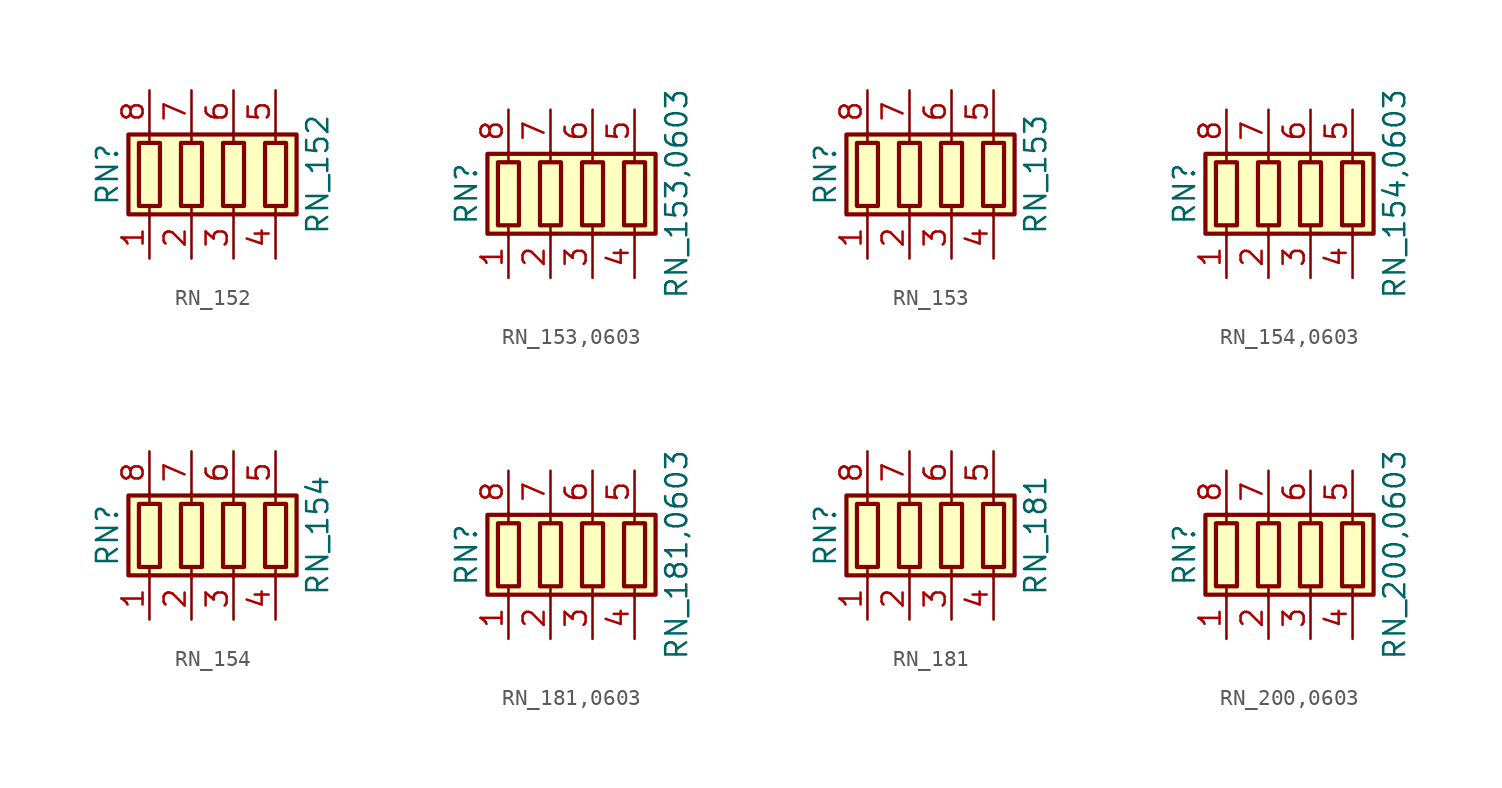
<source format=kicad_sym>
(kicad_symbol_lib
  (version 20211014)
  (generator kicad_symbol_editor)
  (symbol "RN_152"
    (pin_names
      (offset 0) hide)
    (property "Reference" "RN"
      (at -7.62 0 90)
      (effects (font (size 1.27 1.27))))
    (property "Value" "RN_152"
      (at 5.08 0 90)
      (effects (font (size 1.27 1.27))))
    (symbol "RN_152_0_1"
      (rectangle (start -6.35 -2.413) (end 3.81 2.413) (stroke (width 0.254) (type default) (color 0 0 0 0)) (fill (type background)))
      (rectangle (start -5.715 1.905) (end -4.445 -1.905) (stroke (width 0.254) (type default) (color 0 0 0 0)) (fill (type none)))
      (rectangle (start -3.175 1.905) (end -1.905 -1.905) (stroke (width 0.254) (type default) (color 0 0 0 0)) (fill (type none)))
      (rectangle (start -0.635 1.905) (end 0.635 -1.905) (stroke (width 0.254) (type default) (color 0 0 0 0)) (fill (type none)))
      (polyline (pts (xy -5.08 -2.54) (xy -5.08 -1.905)) (stroke (width 0) (type default) (color 0 0 0 0)) (fill (type none)))
      (polyline (pts (xy -5.08 1.905) (xy -5.08 2.54)) (stroke (width 0) (type default) (color 0 0 0 0)) (fill (type none)))
      (polyline (pts (xy -2.54 -2.54) (xy -2.54 -1.905)) (stroke (width 0) (type default) (color 0 0 0 0)) (fill (type none)))
      (polyline (pts (xy -2.54 1.905) (xy -2.54 2.54)) (stroke (width 0) (type default) (color 0 0 0 0)) (fill (type none)))
      (polyline (pts (xy 0 -2.54) (xy 0 -1.905)) (stroke (width 0) (type default) (color 0 0 0 0)) (fill (type none)))
      (polyline (pts (xy 0 1.905) (xy 0 2.54)) (stroke (width 0) (type default) (color 0 0 0 0)) (fill (type none)))
      (polyline (pts (xy 2.54 -2.54) (xy 2.54 -1.905)) (stroke (width 0) (type default) (color 0 0 0 0)) (fill (type none)))
      (polyline (pts (xy 2.54 1.905) (xy 2.54 2.54)) (stroke (width 0) (type default) (color 0 0 0 0)) (fill (type none)))
      (rectangle (start 1.905 1.905) (end 3.175 -1.905) (stroke (width 0.254) (type default) (color 0 0 0 0)) (fill (type none))))
    (symbol "RN_152_1_1"
      (pin passive line (at -5.08 -5.08 90) (length 2.54) (name "R1.1" (effects (font (size 1.27 1.27)))) (number "1" (effects (font (size 1.27 1.27)))))
      (pin passive line (at -2.54 -5.08 90) (length 2.54) (name "R2.1" (effects (font (size 1.27 1.27)))) (number "2" (effects (font (size 1.27 1.27)))))
      (pin passive line (at 0 -5.08 90) (length 2.54) (name "R3.1" (effects (font (size 1.27 1.27)))) (number "3" (effects (font (size 1.27 1.27)))))
      (pin passive line (at 2.54 -5.08 90) (length 2.54) (name "R4.1" (effects (font (size 1.27 1.27)))) (number "4" (effects (font (size 1.27 1.27)))))
      (pin passive line (at 2.54 5.08 270) (length 2.54) (name "R4.2" (effects (font (size 1.27 1.27)))) (number "5" (effects (font (size 1.27 1.27)))))
      (pin passive line (at 0 5.08 270) (length 2.54) (name "R3.2" (effects (font (size 1.27 1.27)))) (number "6" (effects (font (size 1.27 1.27)))))
      (pin passive line (at -2.54 5.08 270) (length 2.54) (name "R2.2" (effects (font (size 1.27 1.27)))) (number "7" (effects (font (size 1.27 1.27)))))
      (pin passive line (at -5.08 5.08 270) (length 2.54) (name "R1.2" (effects (font (size 1.27 1.27)))) (number "8" (effects (font (size 1.27 1.27)))))))
  (symbol "RN_153,0603"
    (pin_names
      (offset 0) hide)
    (property "Reference" "RN"
      (at -7.62 0 90)
      (effects (font (size 1.27 1.27))))
    (property "Value" "RN_153,0603"
      (at 5.08 0 90)
      (effects (font (size 1.27 1.27))))
    (symbol "RN_153,0603_0_1"
      (rectangle (start -6.35 -2.413) (end 3.81 2.413) (stroke (width 0.254) (type default) (color 0 0 0 0)) (fill (type background)))
      (rectangle (start -5.715 1.905) (end -4.445 -1.905) (stroke (width 0.254) (type default) (color 0 0 0 0)) (fill (type none)))
      (rectangle (start -3.175 1.905) (end -1.905 -1.905) (stroke (width 0.254) (type default) (color 0 0 0 0)) (fill (type none)))
      (rectangle (start -0.635 1.905) (end 0.635 -1.905) (stroke (width 0.254) (type default) (color 0 0 0 0)) (fill (type none)))
      (polyline (pts (xy -5.08 -2.54) (xy -5.08 -1.905)) (stroke (width 0) (type default) (color 0 0 0 0)) (fill (type none)))
      (polyline (pts (xy -5.08 1.905) (xy -5.08 2.54)) (stroke (width 0) (type default) (color 0 0 0 0)) (fill (type none)))
      (polyline (pts (xy -2.54 -2.54) (xy -2.54 -1.905)) (stroke (width 0) (type default) (color 0 0 0 0)) (fill (type none)))
      (polyline (pts (xy -2.54 1.905) (xy -2.54 2.54)) (stroke (width 0) (type default) (color 0 0 0 0)) (fill (type none)))
      (polyline (pts (xy 0 -2.54) (xy 0 -1.905)) (stroke (width 0) (type default) (color 0 0 0 0)) (fill (type none)))
      (polyline (pts (xy 0 1.905) (xy 0 2.54)) (stroke (width 0) (type default) (color 0 0 0 0)) (fill (type none)))
      (polyline (pts (xy 2.54 -2.54) (xy 2.54 -1.905)) (stroke (width 0) (type default) (color 0 0 0 0)) (fill (type none)))
      (polyline (pts (xy 2.54 1.905) (xy 2.54 2.54)) (stroke (width 0) (type default) (color 0 0 0 0)) (fill (type none)))
      (rectangle (start 1.905 1.905) (end 3.175 -1.905) (stroke (width 0.254) (type default) (color 0 0 0 0)) (fill (type none))))
    (symbol "RN_153,0603_1_1"
      (pin passive line (at -5.08 -5.08 90) (length 2.54) (name "R1.1" (effects (font (size 1.27 1.27)))) (number "1" (effects (font (size 1.27 1.27)))))
      (pin passive line (at -2.54 -5.08 90) (length 2.54) (name "R2.1" (effects (font (size 1.27 1.27)))) (number "2" (effects (font (size 1.27 1.27)))))
      (pin passive line (at 0 -5.08 90) (length 2.54) (name "R3.1" (effects (font (size 1.27 1.27)))) (number "3" (effects (font (size 1.27 1.27)))))
      (pin passive line (at 2.54 -5.08 90) (length 2.54) (name "R4.1" (effects (font (size 1.27 1.27)))) (number "4" (effects (font (size 1.27 1.27)))))
      (pin passive line (at 2.54 5.08 270) (length 2.54) (name "R4.2" (effects (font (size 1.27 1.27)))) (number "5" (effects (font (size 1.27 1.27)))))
      (pin passive line (at 0 5.08 270) (length 2.54) (name "R3.2" (effects (font (size 1.27 1.27)))) (number "6" (effects (font (size 1.27 1.27)))))
      (pin passive line (at -2.54 5.08 270) (length 2.54) (name "R2.2" (effects (font (size 1.27 1.27)))) (number "7" (effects (font (size 1.27 1.27)))))
      (pin passive line (at -5.08 5.08 270) (length 2.54) (name "R1.2" (effects (font (size 1.27 1.27)))) (number "8" (effects (font (size 1.27 1.27)))))))
  (symbol "RN_153"
    (pin_names
      (offset 0) hide)
    (property "Reference" "RN"
      (at -7.62 0 90)
      (effects (font (size 1.27 1.27))))
    (property "Value" "RN_153"
      (at 5.08 0 90)
      (effects (font (size 1.27 1.27))))
    (symbol "RN_153_0_1"
      (rectangle (start -6.35 -2.413) (end 3.81 2.413) (stroke (width 0.254) (type default) (color 0 0 0 0)) (fill (type background)))
      (rectangle (start -5.715 1.905) (end -4.445 -1.905) (stroke (width 0.254) (type default) (color 0 0 0 0)) (fill (type none)))
      (rectangle (start -3.175 1.905) (end -1.905 -1.905) (stroke (width 0.254) (type default) (color 0 0 0 0)) (fill (type none)))
      (rectangle (start -0.635 1.905) (end 0.635 -1.905) (stroke (width 0.254) (type default) (color 0 0 0 0)) (fill (type none)))
      (polyline (pts (xy -5.08 -2.54) (xy -5.08 -1.905)) (stroke (width 0) (type default) (color 0 0 0 0)) (fill (type none)))
      (polyline (pts (xy -5.08 1.905) (xy -5.08 2.54)) (stroke (width 0) (type default) (color 0 0 0 0)) (fill (type none)))
      (polyline (pts (xy -2.54 -2.54) (xy -2.54 -1.905)) (stroke (width 0) (type default) (color 0 0 0 0)) (fill (type none)))
      (polyline (pts (xy -2.54 1.905) (xy -2.54 2.54)) (stroke (width 0) (type default) (color 0 0 0 0)) (fill (type none)))
      (polyline (pts (xy 0 -2.54) (xy 0 -1.905)) (stroke (width 0) (type default) (color 0 0 0 0)) (fill (type none)))
      (polyline (pts (xy 0 1.905) (xy 0 2.54)) (stroke (width 0) (type default) (color 0 0 0 0)) (fill (type none)))
      (polyline (pts (xy 2.54 -2.54) (xy 2.54 -1.905)) (stroke (width 0) (type default) (color 0 0 0 0)) (fill (type none)))
      (polyline (pts (xy 2.54 1.905) (xy 2.54 2.54)) (stroke (width 0) (type default) (color 0 0 0 0)) (fill (type none)))
      (rectangle (start 1.905 1.905) (end 3.175 -1.905) (stroke (width 0.254) (type default) (color 0 0 0 0)) (fill (type none))))
    (symbol "RN_153_1_1"
      (pin passive line (at -5.08 -5.08 90) (length 2.54) (name "R1.1" (effects (font (size 1.27 1.27)))) (number "1" (effects (font (size 1.27 1.27)))))
      (pin passive line (at -2.54 -5.08 90) (length 2.54) (name "R2.1" (effects (font (size 1.27 1.27)))) (number "2" (effects (font (size 1.27 1.27)))))
      (pin passive line (at 0 -5.08 90) (length 2.54) (name "R3.1" (effects (font (size 1.27 1.27)))) (number "3" (effects (font (size 1.27 1.27)))))
      (pin passive line (at 2.54 -5.08 90) (length 2.54) (name "R4.1" (effects (font (size 1.27 1.27)))) (number "4" (effects (font (size 1.27 1.27)))))
      (pin passive line (at 2.54 5.08 270) (length 2.54) (name "R4.2" (effects (font (size 1.27 1.27)))) (number "5" (effects (font (size 1.27 1.27)))))
      (pin passive line (at 0 5.08 270) (length 2.54) (name "R3.2" (effects (font (size 1.27 1.27)))) (number "6" (effects (font (size 1.27 1.27)))))
      (pin passive line (at -2.54 5.08 270) (length 2.54) (name "R2.2" (effects (font (size 1.27 1.27)))) (number "7" (effects (font (size 1.27 1.27)))))
      (pin passive line (at -5.08 5.08 270) (length 2.54) (name "R1.2" (effects (font (size 1.27 1.27)))) (number "8" (effects (font (size 1.27 1.27)))))))
  (symbol "RN_154,0603"
    (pin_names
      (offset 0) hide)
    (property "Reference" "RN"
      (at -7.62 0 90)
      (effects (font (size 1.27 1.27))))
    (property "Value" "RN_154,0603"
      (at 5.08 0 90)
      (effects (font (size 1.27 1.27))))
    (symbol "RN_154,0603_0_1"
      (rectangle (start -6.35 -2.413) (end 3.81 2.413) (stroke (width 0.254) (type default) (color 0 0 0 0)) (fill (type background)))
      (rectangle (start -5.715 1.905) (end -4.445 -1.905) (stroke (width 0.254) (type default) (color 0 0 0 0)) (fill (type none)))
      (rectangle (start -3.175 1.905) (end -1.905 -1.905) (stroke (width 0.254) (type default) (color 0 0 0 0)) (fill (type none)))
      (rectangle (start -0.635 1.905) (end 0.635 -1.905) (stroke (width 0.254) (type default) (color 0 0 0 0)) (fill (type none)))
      (polyline (pts (xy -5.08 -2.54) (xy -5.08 -1.905)) (stroke (width 0) (type default) (color 0 0 0 0)) (fill (type none)))
      (polyline (pts (xy -5.08 1.905) (xy -5.08 2.54)) (stroke (width 0) (type default) (color 0 0 0 0)) (fill (type none)))
      (polyline (pts (xy -2.54 -2.54) (xy -2.54 -1.905)) (stroke (width 0) (type default) (color 0 0 0 0)) (fill (type none)))
      (polyline (pts (xy -2.54 1.905) (xy -2.54 2.54)) (stroke (width 0) (type default) (color 0 0 0 0)) (fill (type none)))
      (polyline (pts (xy 0 -2.54) (xy 0 -1.905)) (stroke (width 0) (type default) (color 0 0 0 0)) (fill (type none)))
      (polyline (pts (xy 0 1.905) (xy 0 2.54)) (stroke (width 0) (type default) (color 0 0 0 0)) (fill (type none)))
      (polyline (pts (xy 2.54 -2.54) (xy 2.54 -1.905)) (stroke (width 0) (type default) (color 0 0 0 0)) (fill (type none)))
      (polyline (pts (xy 2.54 1.905) (xy 2.54 2.54)) (stroke (width 0) (type default) (color 0 0 0 0)) (fill (type none)))
      (rectangle (start 1.905 1.905) (end 3.175 -1.905) (stroke (width 0.254) (type default) (color 0 0 0 0)) (fill (type none))))
    (symbol "RN_154,0603_1_1"
      (pin passive line (at -5.08 -5.08 90) (length 2.54) (name "R1.1" (effects (font (size 1.27 1.27)))) (number "1" (effects (font (size 1.27 1.27)))))
      (pin passive line (at -2.54 -5.08 90) (length 2.54) (name "R2.1" (effects (font (size 1.27 1.27)))) (number "2" (effects (font (size 1.27 1.27)))))
      (pin passive line (at 0 -5.08 90) (length 2.54) (name "R3.1" (effects (font (size 1.27 1.27)))) (number "3" (effects (font (size 1.27 1.27)))))
      (pin passive line (at 2.54 -5.08 90) (length 2.54) (name "R4.1" (effects (font (size 1.27 1.27)))) (number "4" (effects (font (size 1.27 1.27)))))
      (pin passive line (at 2.54 5.08 270) (length 2.54) (name "R4.2" (effects (font (size 1.27 1.27)))) (number "5" (effects (font (size 1.27 1.27)))))
      (pin passive line (at 0 5.08 270) (length 2.54) (name "R3.2" (effects (font (size 1.27 1.27)))) (number "6" (effects (font (size 1.27 1.27)))))
      (pin passive line (at -2.54 5.08 270) (length 2.54) (name "R2.2" (effects (font (size 1.27 1.27)))) (number "7" (effects (font (size 1.27 1.27)))))
      (pin passive line (at -5.08 5.08 270) (length 2.54) (name "R1.2" (effects (font (size 1.27 1.27)))) (number "8" (effects (font (size 1.27 1.27)))))))
  (symbol "RN_154"
    (pin_names
      (offset 0) hide)
    (property "Reference" "RN"
      (at -7.62 0 90)
      (effects (font (size 1.27 1.27))))
    (property "Value" "RN_154"
      (at 5.08 0 90)
      (effects (font (size 1.27 1.27))))
    (symbol "RN_154_0_1"
      (rectangle (start -6.35 -2.413) (end 3.81 2.413) (stroke (width 0.254) (type default) (color 0 0 0 0)) (fill (type background)))
      (rectangle (start -5.715 1.905) (end -4.445 -1.905) (stroke (width 0.254) (type default) (color 0 0 0 0)) (fill (type none)))
      (rectangle (start -3.175 1.905) (end -1.905 -1.905) (stroke (width 0.254) (type default) (color 0 0 0 0)) (fill (type none)))
      (rectangle (start -0.635 1.905) (end 0.635 -1.905) (stroke (width 0.254) (type default) (color 0 0 0 0)) (fill (type none)))
      (polyline (pts (xy -5.08 -2.54) (xy -5.08 -1.905)) (stroke (width 0) (type default) (color 0 0 0 0)) (fill (type none)))
      (polyline (pts (xy -5.08 1.905) (xy -5.08 2.54)) (stroke (width 0) (type default) (color 0 0 0 0)) (fill (type none)))
      (polyline (pts (xy -2.54 -2.54) (xy -2.54 -1.905)) (stroke (width 0) (type default) (color 0 0 0 0)) (fill (type none)))
      (polyline (pts (xy -2.54 1.905) (xy -2.54 2.54)) (stroke (width 0) (type default) (color 0 0 0 0)) (fill (type none)))
      (polyline (pts (xy 0 -2.54) (xy 0 -1.905)) (stroke (width 0) (type default) (color 0 0 0 0)) (fill (type none)))
      (polyline (pts (xy 0 1.905) (xy 0 2.54)) (stroke (width 0) (type default) (color 0 0 0 0)) (fill (type none)))
      (polyline (pts (xy 2.54 -2.54) (xy 2.54 -1.905)) (stroke (width 0) (type default) (color 0 0 0 0)) (fill (type none)))
      (polyline (pts (xy 2.54 1.905) (xy 2.54 2.54)) (stroke (width 0) (type default) (color 0 0 0 0)) (fill (type none)))
      (rectangle (start 1.905 1.905) (end 3.175 -1.905) (stroke (width 0.254) (type default) (color 0 0 0 0)) (fill (type none))))
    (symbol "RN_154_1_1"
      (pin passive line (at -5.08 -5.08 90) (length 2.54) (name "R1.1" (effects (font (size 1.27 1.27)))) (number "1" (effects (font (size 1.27 1.27)))))
      (pin passive line (at -2.54 -5.08 90) (length 2.54) (name "R2.1" (effects (font (size 1.27 1.27)))) (number "2" (effects (font (size 1.27 1.27)))))
      (pin passive line (at 0 -5.08 90) (length 2.54) (name "R3.1" (effects (font (size 1.27 1.27)))) (number "3" (effects (font (size 1.27 1.27)))))
      (pin passive line (at 2.54 -5.08 90) (length 2.54) (name "R4.1" (effects (font (size 1.27 1.27)))) (number "4" (effects (font (size 1.27 1.27)))))
      (pin passive line (at 2.54 5.08 270) (length 2.54) (name "R4.2" (effects (font (size 1.27 1.27)))) (number "5" (effects (font (size 1.27 1.27)))))
      (pin passive line (at 0 5.08 270) (length 2.54) (name "R3.2" (effects (font (size 1.27 1.27)))) (number "6" (effects (font (size 1.27 1.27)))))
      (pin passive line (at -2.54 5.08 270) (length 2.54) (name "R2.2" (effects (font (size 1.27 1.27)))) (number "7" (effects (font (size 1.27 1.27)))))
      (pin passive line (at -5.08 5.08 270) (length 2.54) (name "R1.2" (effects (font (size 1.27 1.27)))) (number "8" (effects (font (size 1.27 1.27)))))))
  (symbol "RN_181,0603"
    (pin_names
      (offset 0) hide)
    (property "Reference" "RN"
      (at -7.62 0 90)
      (effects (font (size 1.27 1.27))))
    (property "Value" "RN_181,0603"
      (at 5.08 0 90)
      (effects (font (size 1.27 1.27))))
    (symbol "RN_181,0603_0_1"
      (rectangle (start -6.35 -2.413) (end 3.81 2.413) (stroke (width 0.254) (type default) (color 0 0 0 0)) (fill (type background)))
      (rectangle (start -5.715 1.905) (end -4.445 -1.905) (stroke (width 0.254) (type default) (color 0 0 0 0)) (fill (type none)))
      (rectangle (start -3.175 1.905) (end -1.905 -1.905) (stroke (width 0.254) (type default) (color 0 0 0 0)) (fill (type none)))
      (rectangle (start -0.635 1.905) (end 0.635 -1.905) (stroke (width 0.254) (type default) (color 0 0 0 0)) (fill (type none)))
      (polyline (pts (xy -5.08 -2.54) (xy -5.08 -1.905)) (stroke (width 0) (type default) (color 0 0 0 0)) (fill (type none)))
      (polyline (pts (xy -5.08 1.905) (xy -5.08 2.54)) (stroke (width 0) (type default) (color 0 0 0 0)) (fill (type none)))
      (polyline (pts (xy -2.54 -2.54) (xy -2.54 -1.905)) (stroke (width 0) (type default) (color 0 0 0 0)) (fill (type none)))
      (polyline (pts (xy -2.54 1.905) (xy -2.54 2.54)) (stroke (width 0) (type default) (color 0 0 0 0)) (fill (type none)))
      (polyline (pts (xy 0 -2.54) (xy 0 -1.905)) (stroke (width 0) (type default) (color 0 0 0 0)) (fill (type none)))
      (polyline (pts (xy 0 1.905) (xy 0 2.54)) (stroke (width 0) (type default) (color 0 0 0 0)) (fill (type none)))
      (polyline (pts (xy 2.54 -2.54) (xy 2.54 -1.905)) (stroke (width 0) (type default) (color 0 0 0 0)) (fill (type none)))
      (polyline (pts (xy 2.54 1.905) (xy 2.54 2.54)) (stroke (width 0) (type default) (color 0 0 0 0)) (fill (type none)))
      (rectangle (start 1.905 1.905) (end 3.175 -1.905) (stroke (width 0.254) (type default) (color 0 0 0 0)) (fill (type none))))
    (symbol "RN_181,0603_1_1"
      (pin passive line (at -5.08 -5.08 90) (length 2.54) (name "R1.1" (effects (font (size 1.27 1.27)))) (number "1" (effects (font (size 1.27 1.27)))))
      (pin passive line (at -2.54 -5.08 90) (length 2.54) (name "R2.1" (effects (font (size 1.27 1.27)))) (number "2" (effects (font (size 1.27 1.27)))))
      (pin passive line (at 0 -5.08 90) (length 2.54) (name "R3.1" (effects (font (size 1.27 1.27)))) (number "3" (effects (font (size 1.27 1.27)))))
      (pin passive line (at 2.54 -5.08 90) (length 2.54) (name "R4.1" (effects (font (size 1.27 1.27)))) (number "4" (effects (font (size 1.27 1.27)))))
      (pin passive line (at 2.54 5.08 270) (length 2.54) (name "R4.2" (effects (font (size 1.27 1.27)))) (number "5" (effects (font (size 1.27 1.27)))))
      (pin passive line (at 0 5.08 270) (length 2.54) (name "R3.2" (effects (font (size 1.27 1.27)))) (number "6" (effects (font (size 1.27 1.27)))))
      (pin passive line (at -2.54 5.08 270) (length 2.54) (name "R2.2" (effects (font (size 1.27 1.27)))) (number "7" (effects (font (size 1.27 1.27)))))
      (pin passive line (at -5.08 5.08 270) (length 2.54) (name "R1.2" (effects (font (size 1.27 1.27)))) (number "8" (effects (font (size 1.27 1.27)))))))
  (symbol "RN_181"
    (pin_names
      (offset 0) hide)
    (property "Reference" "RN"
      (at -7.62 0 90)
      (effects (font (size 1.27 1.27))))
    (property "Value" "RN_181"
      (at 5.08 0 90)
      (effects (font (size 1.27 1.27))))
    (symbol "RN_181_0_1"
      (rectangle (start -6.35 -2.413) (end 3.81 2.413) (stroke (width 0.254) (type default) (color 0 0 0 0)) (fill (type background)))
      (rectangle (start -5.715 1.905) (end -4.445 -1.905) (stroke (width 0.254) (type default) (color 0 0 0 0)) (fill (type none)))
      (rectangle (start -3.175 1.905) (end -1.905 -1.905) (stroke (width 0.254) (type default) (color 0 0 0 0)) (fill (type none)))
      (rectangle (start -0.635 1.905) (end 0.635 -1.905) (stroke (width 0.254) (type default) (color 0 0 0 0)) (fill (type none)))
      (polyline (pts (xy -5.08 -2.54) (xy -5.08 -1.905)) (stroke (width 0) (type default) (color 0 0 0 0)) (fill (type none)))
      (polyline (pts (xy -5.08 1.905) (xy -5.08 2.54)) (stroke (width 0) (type default) (color 0 0 0 0)) (fill (type none)))
      (polyline (pts (xy -2.54 -2.54) (xy -2.54 -1.905)) (stroke (width 0) (type default) (color 0 0 0 0)) (fill (type none)))
      (polyline (pts (xy -2.54 1.905) (xy -2.54 2.54)) (stroke (width 0) (type default) (color 0 0 0 0)) (fill (type none)))
      (polyline (pts (xy 0 -2.54) (xy 0 -1.905)) (stroke (width 0) (type default) (color 0 0 0 0)) (fill (type none)))
      (polyline (pts (xy 0 1.905) (xy 0 2.54)) (stroke (width 0) (type default) (color 0 0 0 0)) (fill (type none)))
      (polyline (pts (xy 2.54 -2.54) (xy 2.54 -1.905)) (stroke (width 0) (type default) (color 0 0 0 0)) (fill (type none)))
      (polyline (pts (xy 2.54 1.905) (xy 2.54 2.54)) (stroke (width 0) (type default) (color 0 0 0 0)) (fill (type none)))
      (rectangle (start 1.905 1.905) (end 3.175 -1.905) (stroke (width 0.254) (type default) (color 0 0 0 0)) (fill (type none))))
    (symbol "RN_181_1_1"
      (pin passive line (at -5.08 -5.08 90) (length 2.54) (name "R1.1" (effects (font (size 1.27 1.27)))) (number "1" (effects (font (size 1.27 1.27)))))
      (pin passive line (at -2.54 -5.08 90) (length 2.54) (name "R2.1" (effects (font (size 1.27 1.27)))) (number "2" (effects (font (size 1.27 1.27)))))
      (pin passive line (at 0 -5.08 90) (length 2.54) (name "R3.1" (effects (font (size 1.27 1.27)))) (number "3" (effects (font (size 1.27 1.27)))))
      (pin passive line (at 2.54 -5.08 90) (length 2.54) (name "R4.1" (effects (font (size 1.27 1.27)))) (number "4" (effects (font (size 1.27 1.27)))))
      (pin passive line (at 2.54 5.08 270) (length 2.54) (name "R4.2" (effects (font (size 1.27 1.27)))) (number "5" (effects (font (size 1.27 1.27)))))
      (pin passive line (at 0 5.08 270) (length 2.54) (name "R3.2" (effects (font (size 1.27 1.27)))) (number "6" (effects (font (size 1.27 1.27)))))
      (pin passive line (at -2.54 5.08 270) (length 2.54) (name "R2.2" (effects (font (size 1.27 1.27)))) (number "7" (effects (font (size 1.27 1.27)))))
      (pin passive line (at -5.08 5.08 270) (length 2.54) (name "R1.2" (effects (font (size 1.27 1.27)))) (number "8" (effects (font (size 1.27 1.27)))))))
  (symbol "RN_200,0603"
    (pin_names
      (offset 0) hide)
    (property "Reference" "RN"
      (at -7.62 0 90)
      (effects (font (size 1.27 1.27))))
    (property "Value" "RN_200,0603"
      (at 5.08 0 90)
      (effects (font (size 1.27 1.27))))
    (symbol "RN_200,0603_0_1"
      (rectangle (start -6.35 -2.413) (end 3.81 2.413) (stroke (width 0.254) (type default) (color 0 0 0 0)) (fill (type background)))
      (rectangle (start -5.715 1.905) (end -4.445 -1.905) (stroke (width 0.254) (type default) (color 0 0 0 0)) (fill (type none)))
      (rectangle (start -3.175 1.905) (end -1.905 -1.905) (stroke (width 0.254) (type default) (color 0 0 0 0)) (fill (type none)))
      (rectangle (start -0.635 1.905) (end 0.635 -1.905) (stroke (width 0.254) (type default) (color 0 0 0 0)) (fill (type none)))
      (polyline (pts (xy -5.08 -2.54) (xy -5.08 -1.905)) (stroke (width 0) (type default) (color 0 0 0 0)) (fill (type none)))
      (polyline (pts (xy -5.08 1.905) (xy -5.08 2.54)) (stroke (width 0) (type default) (color 0 0 0 0)) (fill (type none)))
      (polyline (pts (xy -2.54 -2.54) (xy -2.54 -1.905)) (stroke (width 0) (type default) (color 0 0 0 0)) (fill (type none)))
      (polyline (pts (xy -2.54 1.905) (xy -2.54 2.54)) (stroke (width 0) (type default) (color 0 0 0 0)) (fill (type none)))
      (polyline (pts (xy 0 -2.54) (xy 0 -1.905)) (stroke (width 0) (type default) (color 0 0 0 0)) (fill (type none)))
      (polyline (pts (xy 0 1.905) (xy 0 2.54)) (stroke (width 0) (type default) (color 0 0 0 0)) (fill (type none)))
      (polyline (pts (xy 2.54 -2.54) (xy 2.54 -1.905)) (stroke (width 0) (type default) (color 0 0 0 0)) (fill (type none)))
      (polyline (pts (xy 2.54 1.905) (xy 2.54 2.54)) (stroke (width 0) (type default) (color 0 0 0 0)) (fill (type none)))
      (rectangle (start 1.905 1.905) (end 3.175 -1.905) (stroke (width 0.254) (type default) (color 0 0 0 0)) (fill (type none))))
    (symbol "RN_200,0603_1_1"
      (pin passive line (at -5.08 -5.08 90) (length 2.54) (name "R1.1" (effects (font (size 1.27 1.27)))) (number "1" (effects (font (size 1.27 1.27)))))
      (pin passive line (at -2.54 -5.08 90) (length 2.54) (name "R2.1" (effects (font (size 1.27 1.27)))) (number "2" (effects (font (size 1.27 1.27)))))
      (pin passive line (at 0 -5.08 90) (length 2.54) (name "R3.1" (effects (font (size 1.27 1.27)))) (number "3" (effects (font (size 1.27 1.27)))))
      (pin passive line (at 2.54 -5.08 90) (length 2.54) (name "R4.1" (effects (font (size 1.27 1.27)))) (number "4" (effects (font (size 1.27 1.27)))))
      (pin passive line (at 2.54 5.08 270) (length 2.54) (name "R4.2" (effects (font (size 1.27 1.27)))) (number "5" (effects (font (size 1.27 1.27)))))
      (pin passive line (at 0 5.08 270) (length 2.54) (name "R3.2" (effects (font (size 1.27 1.27)))) (number "6" (effects (font (size 1.27 1.27)))))
      (pin passive line (at -2.54 5.08 270) (length 2.54) (name "R2.2" (effects (font (size 1.27 1.27)))) (number "7" (effects (font (size 1.27 1.27)))))
      (pin passive line (at -5.08 5.08 270) (length 2.54) (name "R1.2" (effects (font (size 1.27 1.27)))) (number "8" (effects (font (size 1.27 1.27))))))))
</source>
